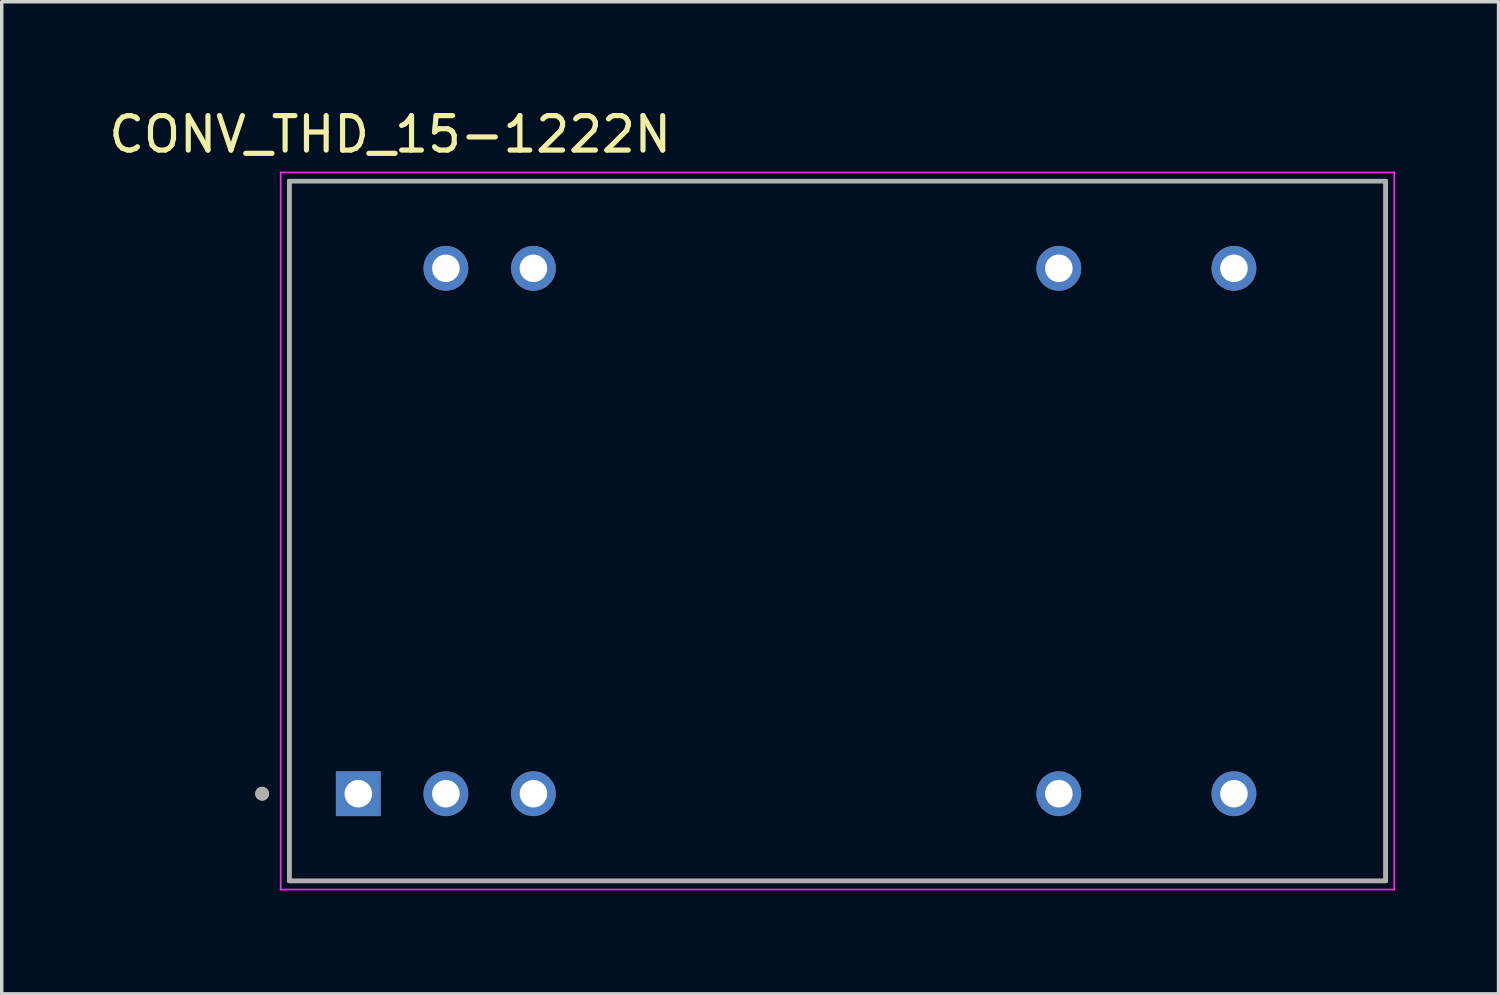
<source format=kicad_pcb>
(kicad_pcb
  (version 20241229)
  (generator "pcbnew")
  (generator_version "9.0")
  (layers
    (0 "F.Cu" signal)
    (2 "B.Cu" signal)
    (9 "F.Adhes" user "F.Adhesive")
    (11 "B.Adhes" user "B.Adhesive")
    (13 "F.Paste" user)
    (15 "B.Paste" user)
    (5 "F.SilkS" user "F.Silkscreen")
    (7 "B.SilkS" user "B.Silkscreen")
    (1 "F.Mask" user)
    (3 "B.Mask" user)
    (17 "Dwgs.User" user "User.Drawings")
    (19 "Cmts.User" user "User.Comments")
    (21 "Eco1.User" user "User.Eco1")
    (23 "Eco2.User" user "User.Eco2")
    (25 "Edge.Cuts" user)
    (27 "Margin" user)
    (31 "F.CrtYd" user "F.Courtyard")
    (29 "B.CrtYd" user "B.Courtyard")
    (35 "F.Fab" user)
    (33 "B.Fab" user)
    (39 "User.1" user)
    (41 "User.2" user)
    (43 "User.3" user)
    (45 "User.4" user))
  (footprint "CONV_THD_15-1222N"
    (layer "F.Cu")
    (at 21.243 12.353)
    (property "Reference" "CONV_THD_15-1222N" (at -12.975 -11.505 0) (layer "F.SilkS") (effects (font (size 1 1) (thickness 0.15))))
    (attr through_hole)
    (fp_line (start -15.9 -10.15) (end 15.9 -10.15) (stroke (width 0.127) (type solid)) (layer "F.SilkS"))
    (fp_line (start -15.9 10.15) (end -15.9 -10.15) (stroke (width 0.127) (type solid)) (layer "F.SilkS"))
    (fp_line (start 15.9 -10.15) (end 15.9 10.15) (stroke (width 0.127) (type solid)) (layer "F.SilkS"))
    (fp_line (start 15.9 10.15) (end -15.9 10.15) (stroke (width 0.127) (type solid)) (layer "F.SilkS"))
    (fp_circle (center -16.69 7.62) (end -16.59 7.62) (stroke (width 0.2) (type solid)) (fill no) (layer "F.SilkS"))
    (fp_line (start -16.15 -10.4) (end -16.15 10.4) (stroke (width 0.05) (type solid)) (layer "F.CrtYd"))
    (fp_line (start -16.15 10.4) (end 16.15 10.4) (stroke (width 0.05) (type solid)) (layer "F.CrtYd"))
    (fp_line (start 16.15 -10.4) (end -16.15 -10.4) (stroke (width 0.05) (type solid)) (layer "F.CrtYd"))
    (fp_line (start 16.15 10.4) (end 16.15 -10.4) (stroke (width 0.05) (type solid)) (layer "F.CrtYd"))
    (fp_line (start -15.9 -10.15) (end 15.9 -10.15) (stroke (width 0.127) (type solid)) (layer "F.Fab"))
    (fp_line (start -15.9 10.15) (end -15.9 -10.15) (stroke (width 0.127) (type solid)) (layer "F.Fab"))
    (fp_line (start 15.9 -10.15) (end 15.9 10.15) (stroke (width 0.127) (type solid)) (layer "F.Fab"))
    (fp_line (start 15.9 10.15) (end -15.9 10.15) (stroke (width 0.127) (type solid)) (layer "F.Fab"))
    (fp_circle (center -16.69 7.62) (end -16.59 7.62) (stroke (width 0.2) (type solid)) (fill no) (layer "F.Fab"))
    (pad "1" thru_hole rect (at -13.9 7.62) (size 1.3 1.3) (drill 0.8) (layers "*.Cu" "*.Mask"))
    (pad "2" thru_hole circle (at -11.36 7.62) (size 1.3 1.3) (drill 0.8) (layers "*.Cu" "*.Mask"))
    (pad "3" thru_hole circle (at -8.82 7.62) (size 1.3 1.3) (drill 0.8) (layers "*.Cu" "*.Mask"))
    (pad "9" thru_hole circle (at 6.42 7.62) (size 1.3 1.3) (drill 0.8) (layers "*.Cu" "*.Mask"))
    (pad "11" thru_hole circle (at 11.5 7.62) (size 1.3 1.3) (drill 0.8) (layers "*.Cu" "*.Mask"))
    (pad "14" thru_hole circle (at 11.5 -7.62) (size 1.3 1.3) (drill 0.8) (layers "*.Cu" "*.Mask"))
    (pad "16" thru_hole circle (at 6.42 -7.62) (size 1.3 1.3) (drill 0.8) (layers "*.Cu" "*.Mask"))
    (pad "22" thru_hole circle (at -8.82 -7.62) (size 1.3 1.3) (drill 0.8) (layers "*.Cu" "*.Mask"))
    (pad "23" thru_hole circle (at -11.36 -7.62) (size 1.3 1.3) (drill 0.8) (layers "*.Cu" "*.Mask")))
  (gr_rect
    (start -3 -3)
    (end 40.418 25.778)
    (stroke (width 0.1) (type default))
    (fill no)
    (layer "Edge.Cuts")))
</source>
